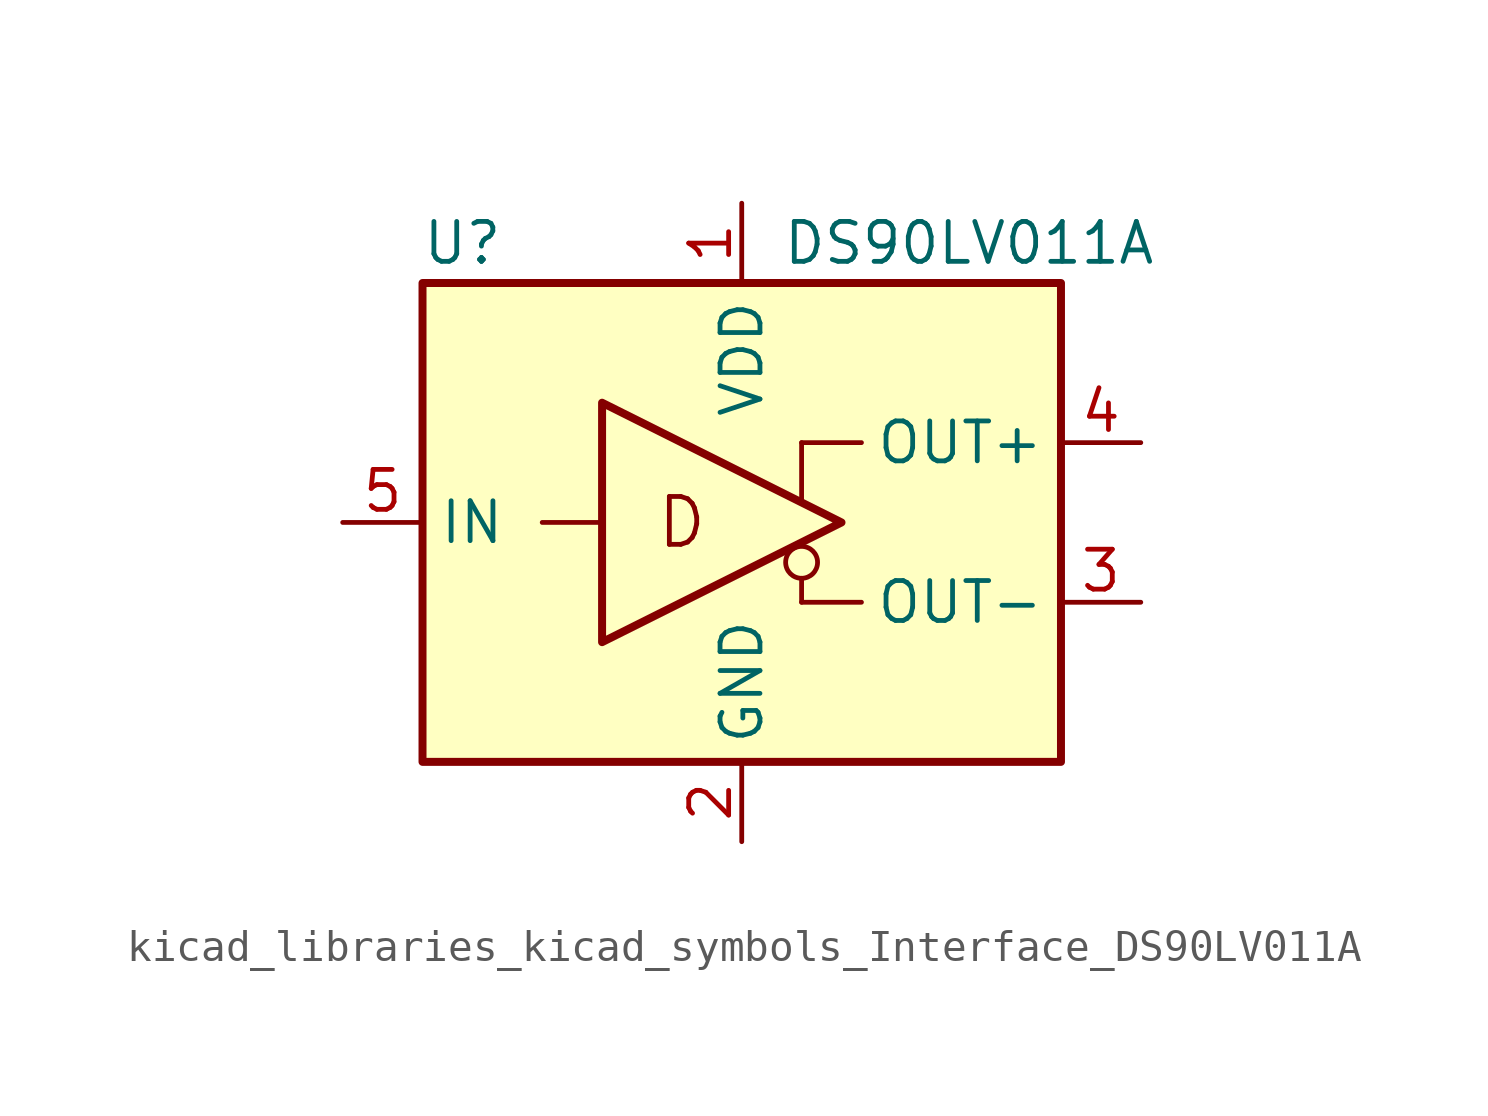
<source format=kicad_sym>
(kicad_symbol_lib
  (version 20220914)
  (generator kicad_symbol_editor)
  (symbol "kicad_libraries_kicad_symbols_Interface_DS90LV011A"
    (property "Reference" "U"
      (at -8.89 8.89 0)
      (effects (font (size 1.27 1.27))))
    (property "Value" "DS90LV011A"
      (at 1.27 8.89 0)
      (effects (font (size 1.27 1.27)) (justify left)))
    (symbol "kicad_libraries_kicad_symbols_Interface_DS90LV011A_1_0"
      (rectangle (start -10.16 7.62) (end 10.16 -7.62) (stroke (width 0.254) (type default)) (fill (type background)))
      (polyline (pts (xy 1.905 -1.778) (xy 1.905 -2.54)) (stroke (width 0) (type default)) (fill (type none)))
      (polyline (pts (xy 1.905 0.635) (xy 1.905 2.54)) (stroke (width 0) (type default)) (fill (type none)))
      (circle (center 1.905 -1.27) (radius 0.508) (stroke (width 0) (type default)) (fill (type none)))
      (text "D" (at -1.905 0 0) (effects (font (size 1.524 1.524)))))
    (symbol "kicad_libraries_kicad_symbols_Interface_DS90LV011A_1_1"
      (polyline (pts (xy -6.35 0) (xy -4.445 0)) (stroke (width 0) (type default)) (fill (type none)))
      (polyline (pts (xy 1.905 -2.54) (xy 3.81 -2.54)) (stroke (width 0) (type default)) (fill (type none)))
      (polyline (pts (xy 3.81 2.54) (xy 1.905 2.54)) (stroke (width 0) (type default)) (fill (type none)))
      (polyline (pts (xy -4.445 -3.81) (xy -4.445 3.81) (xy 3.175 0) (xy -4.445 -3.81)) (stroke (width 0.254) (type default)) (fill (type none)))
      (pin power_in line (at 0 10.16 270) (length 2.54) (name "VDD" (effects (font (size 1.27 1.27)))) (number "1" (effects (font (size 1.27 1.27)))))
      (pin power_in line (at 0 -10.16 90) (length 2.54) (name "GND" (effects (font (size 1.27 1.27)))) (number "2" (effects (font (size 1.27 1.27)))))
      (pin output line (at 12.7 -2.54 180) (length 2.54) (name "OUT-" (effects (font (size 1.27 1.27)))) (number "3" (effects (font (size 1.27 1.27)))))
      (pin output line (at 12.7 2.54 180) (length 2.54) (name "OUT+" (effects (font (size 1.27 1.27)))) (number "4" (effects (font (size 1.27 1.27)))))
      (pin input line (at -12.7 0 0) (length 2.54) (name "IN" (effects (font (size 1.27 1.27)))) (number "5" (effects (font (size 1.27 1.27))))))))
</source>
